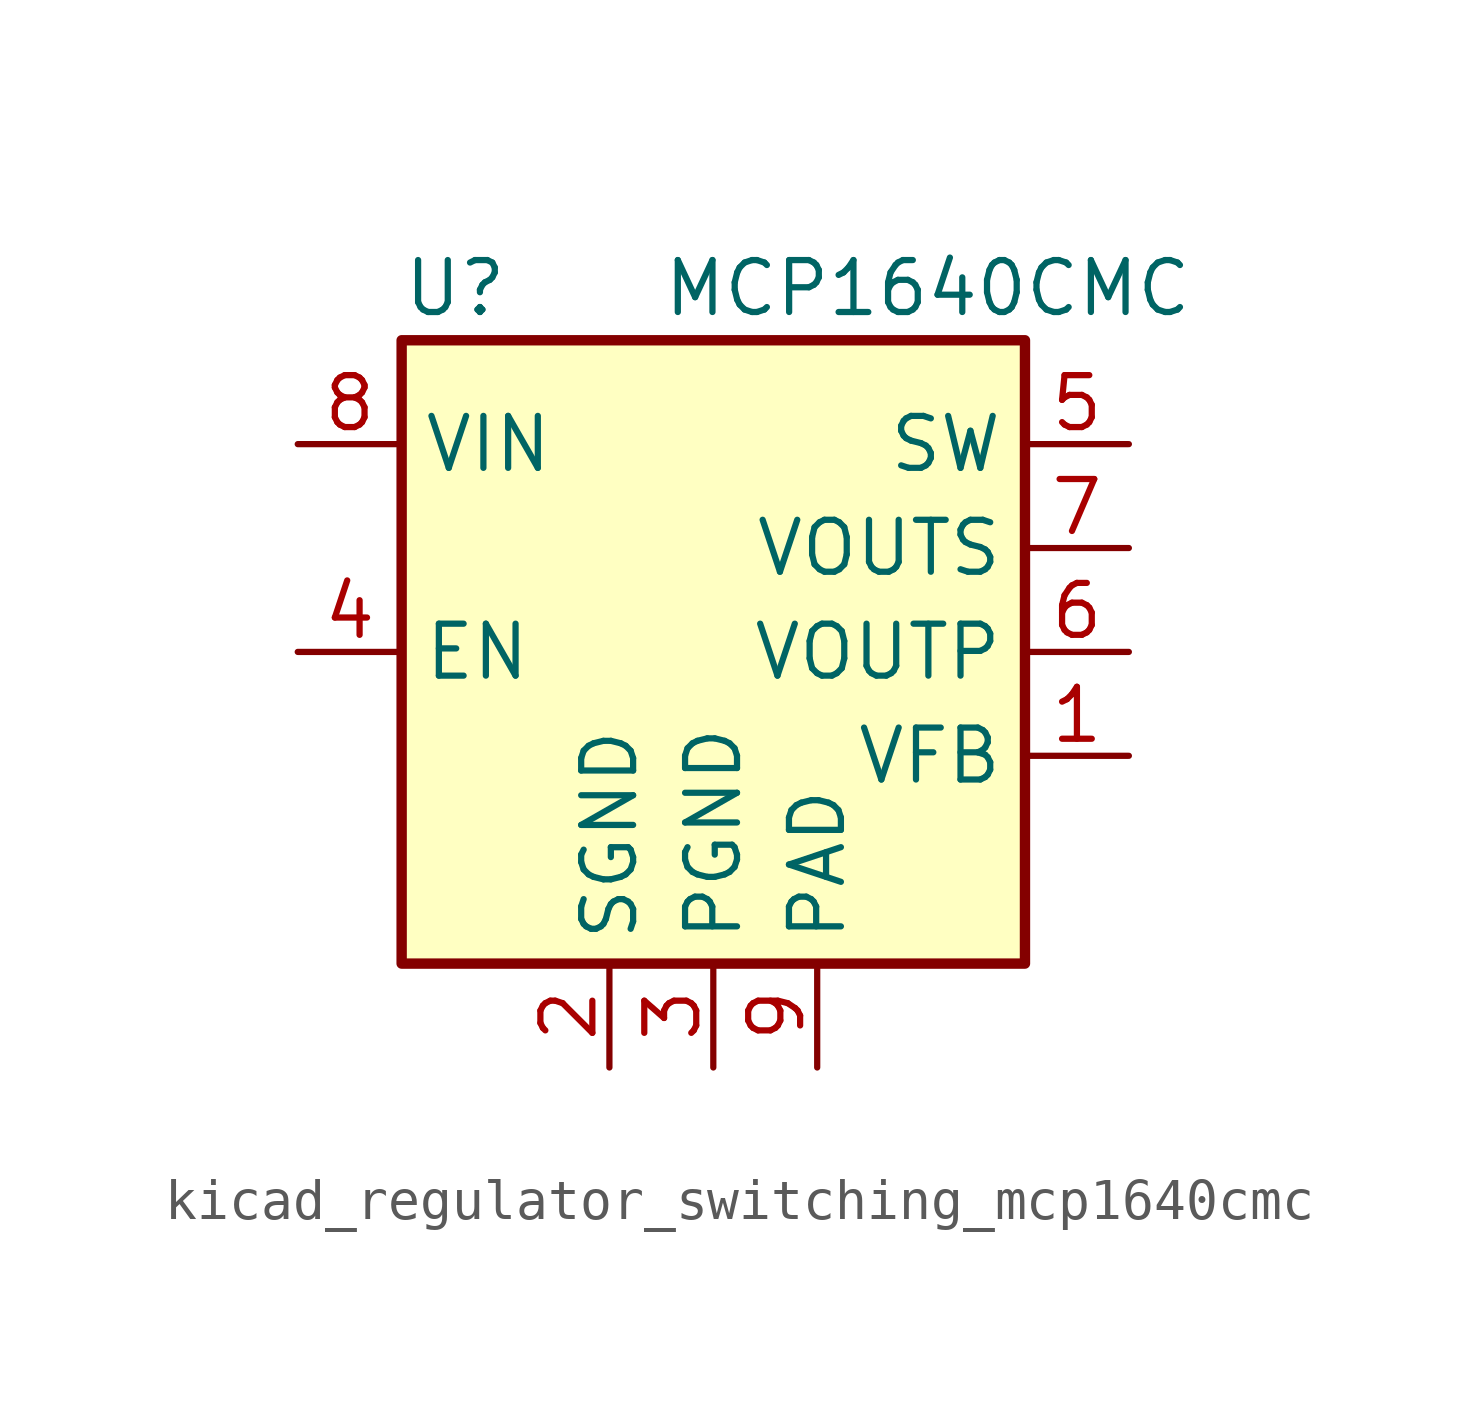
<source format=kicad_sym>
(kicad_symbol_lib
  (version 20220914)
  (generator kicad_symbol_editor)
  (symbol "kicad_regulator_switching_mcp1640cmc"
    (property "Reference" "U"
      (at -7.62 6.35 0)
      (effects (font (size 1.27 1.27)) (justify left)))
    (property "Value" "MCP1640CMC"
      (at -1.27 6.35 0)
      (effects (font (size 1.27 1.27)) (justify left)))
    (symbol "kicad_regulator_switching_mcp1640cmc_0_1"
      (rectangle (start -7.62 5.08) (end 7.62 -10.16) (stroke (width 0.254) (type default)) (fill (type background))))
    (symbol "kicad_regulator_switching_mcp1640cmc_1_1"
      (pin input line (at 10.16 -5.08 180) (length 2.54) (name "VFB" (effects (font (size 1.27 1.27)))) (number "1" (effects (font (size 1.27 1.27)))))
      (pin power_in line (at -2.54 -12.7 90) (length 2.54) (name "SGND" (effects (font (size 1.27 1.27)))) (number "2" (effects (font (size 1.27 1.27)))))
      (pin power_in line (at 0 -12.7 90) (length 2.54) (name "PGND" (effects (font (size 1.27 1.27)))) (number "3" (effects (font (size 1.27 1.27)))))
      (pin input line (at -10.16 -2.54 0) (length 2.54) (name "EN" (effects (font (size 1.27 1.27)))) (number "4" (effects (font (size 1.27 1.27)))))
      (pin input line (at 10.16 2.54 180) (length 2.54) (name "SW" (effects (font (size 1.27 1.27)))) (number "5" (effects (font (size 1.27 1.27)))))
      (pin power_out line (at 10.16 -2.54 180) (length 2.54) (name "VOUTP" (effects (font (size 1.27 1.27)))) (number "6" (effects (font (size 1.27 1.27)))))
      (pin input line (at 10.16 0 180) (length 2.54) (name "VOUTS" (effects (font (size 1.27 1.27)))) (number "7" (effects (font (size 1.27 1.27)))))
      (pin power_in line (at -10.16 2.54 0) (length 2.54) (name "VIN" (effects (font (size 1.27 1.27)))) (number "8" (effects (font (size 1.27 1.27)))))
      (pin passive line (at 2.54 -12.7 90) (length 2.54) (name "PAD" (effects (font (size 1.27 1.27)))) (number "9" (effects (font (size 1.27 1.27))))))))
</source>
